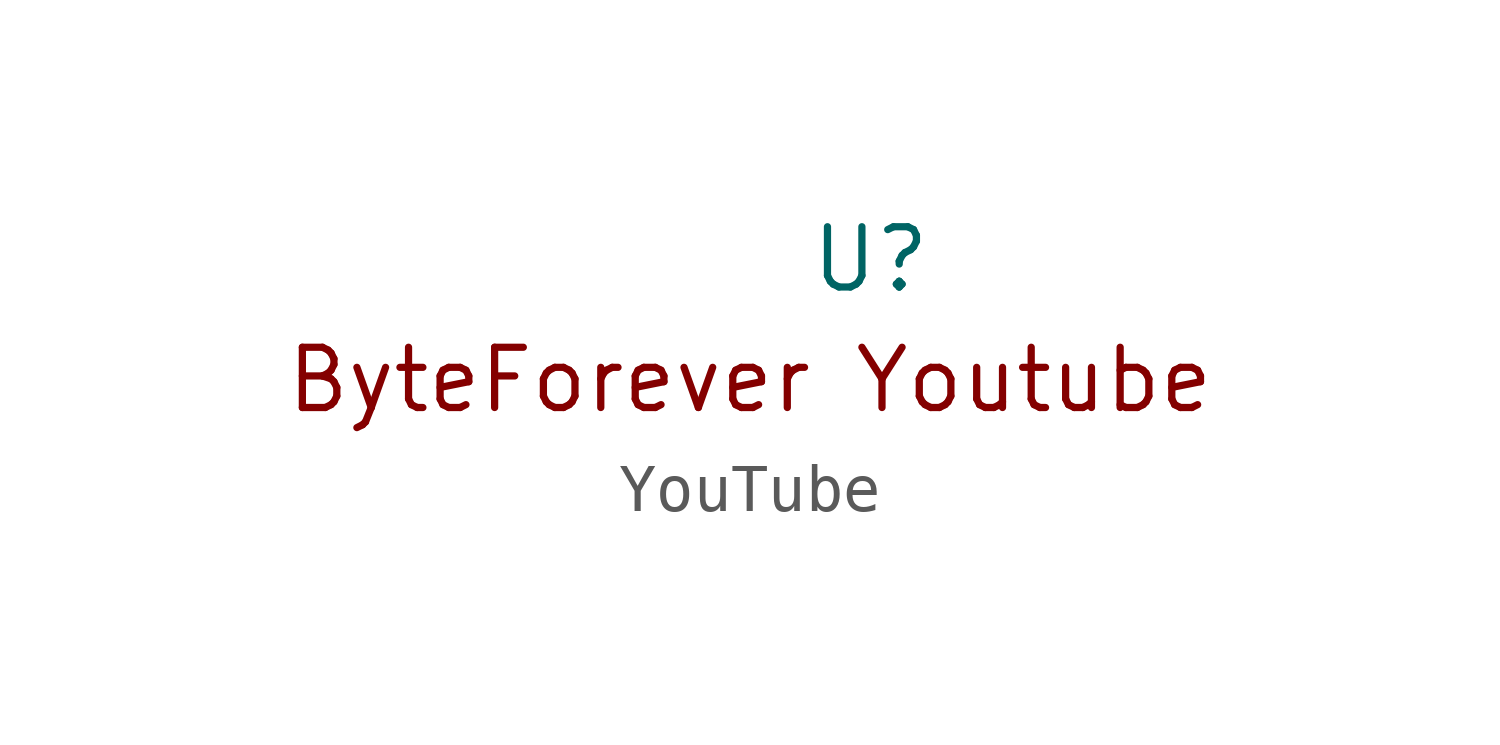
<source format=kicad_sym>
(kicad_symbol_lib
  (version 20220914)
  (generator kicad_symbol_editor)
  (symbol "YouTube"
    (property "Reference" "U"
      (at 0 0 0)
      (effects (font (size 1.27 1.27))))
    (property "Value" ""
      (at 0 0 0)
      (effects (font (size 1.27 1.27))))
    (symbol "YouTube_1_1"
      (text "ByteForever Youtube" (at -2.54 -2.54 0) (effects (font (size 1.27 1.27)))))))
</source>
